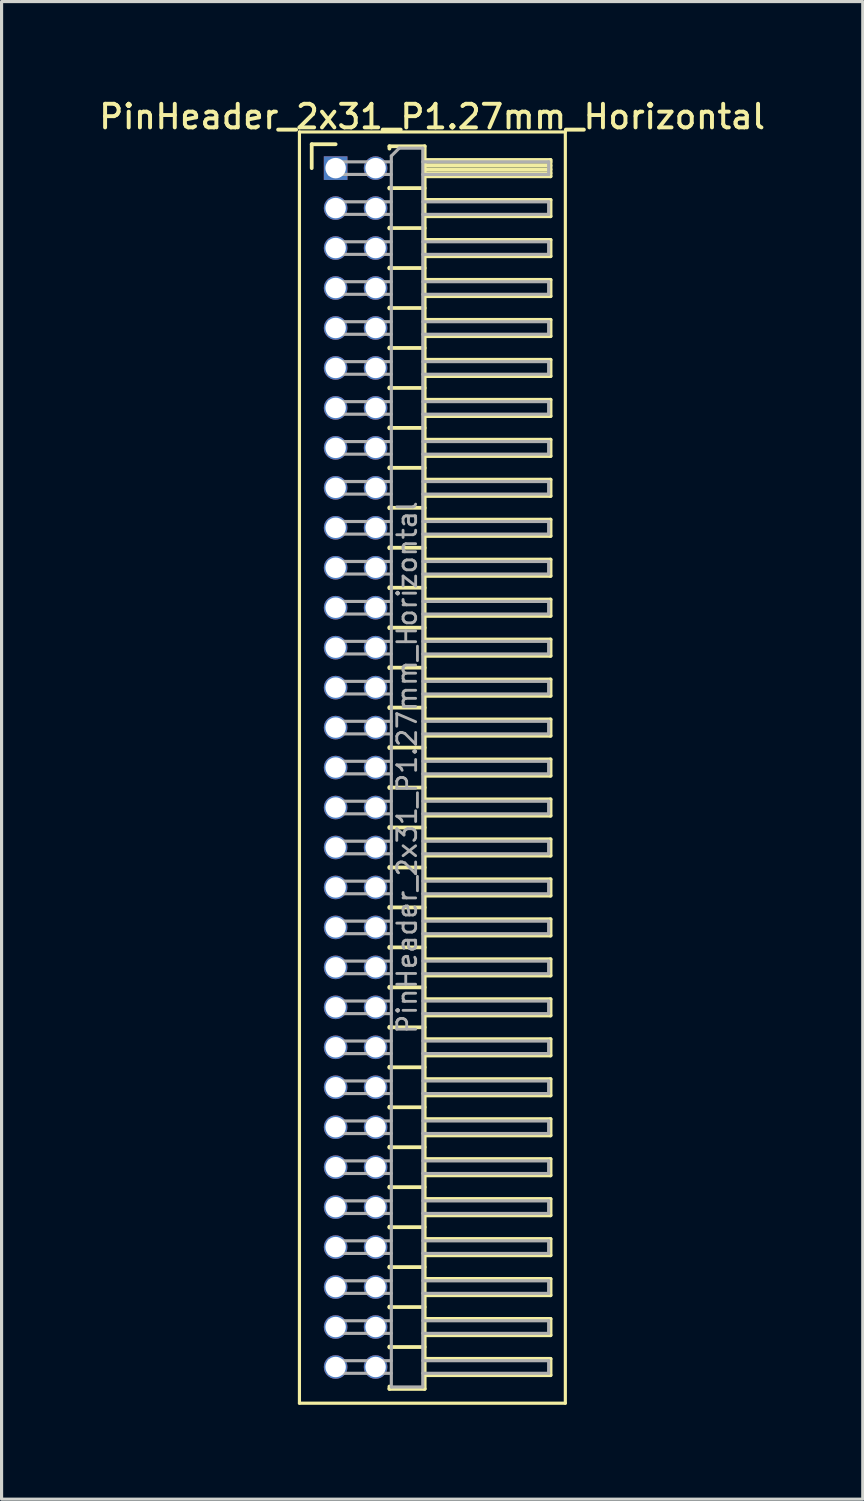
<source format=kicad_pcb>
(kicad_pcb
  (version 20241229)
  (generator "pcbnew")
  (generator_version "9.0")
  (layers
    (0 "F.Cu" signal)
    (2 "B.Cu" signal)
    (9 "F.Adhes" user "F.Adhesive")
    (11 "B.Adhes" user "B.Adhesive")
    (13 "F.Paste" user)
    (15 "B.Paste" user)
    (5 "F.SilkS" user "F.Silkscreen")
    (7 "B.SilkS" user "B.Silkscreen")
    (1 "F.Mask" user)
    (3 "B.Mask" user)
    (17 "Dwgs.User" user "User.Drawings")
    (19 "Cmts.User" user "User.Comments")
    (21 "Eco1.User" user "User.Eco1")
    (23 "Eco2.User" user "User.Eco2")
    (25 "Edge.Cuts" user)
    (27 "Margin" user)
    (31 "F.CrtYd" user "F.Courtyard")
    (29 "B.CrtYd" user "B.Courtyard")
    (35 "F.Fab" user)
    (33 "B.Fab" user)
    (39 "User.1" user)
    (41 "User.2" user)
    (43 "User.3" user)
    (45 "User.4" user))
  (footprint "PinHeader_2x31_P1.27mm_Horizontal"
    (layer "F.Cu")
    (at 7.616 2.293)
    (property "Reference" "PinHeader_2x31_P1.27mm_Horizontal" (at 3.067 -1.635 0) (layer "F.SilkS") (effects (font (size 0.75 0.75) (thickness 0.125))))
    (attr through_hole)
    (fp_line (start -1.15 -1.15) (end -1.15 39.25) (stroke (width 0.1) (type solid)) (layer "F.SilkS"))
    (fp_line (start -1.15 39.25) (end 7.3 39.25) (stroke (width 0.1) (type solid)) (layer "F.SilkS"))
    (fp_line (start -0.76 -0.76) (end 0 -0.76) (stroke (width 0.12) (type solid)) (layer "F.SilkS"))
    (fp_line (start -0.76 0) (end -0.76 -0.76) (stroke (width 0.12) (type solid)) (layer "F.SilkS"))
    (fp_line (start 1.71 -0.695) (end 2.83 -0.695) (stroke (width 0.12) (type solid)) (layer "F.SilkS"))
    (fp_line (start 1.71 -0.62) (end 1.71 -0.695) (stroke (width 0.12) (type solid)) (layer "F.SilkS"))
    (fp_line (start 1.71 0.62) (end 1.71 0.65) (stroke (width 0.12) (type solid)) (layer "F.SilkS"))
    (fp_line (start 1.71 0.635) (end 2.83 0.635) (stroke (width 0.12) (type solid)) (layer "F.SilkS"))
    (fp_line (start 1.71 1.89) (end 1.71 1.92) (stroke (width 0.12) (type solid)) (layer "F.SilkS"))
    (fp_line (start 1.71 1.905) (end 2.83 1.905) (stroke (width 0.12) (type solid)) (layer "F.SilkS"))
    (fp_line (start 1.71 3.16) (end 1.71 3.19) (stroke (width 0.12) (type solid)) (layer "F.SilkS"))
    (fp_line (start 1.71 3.175) (end 2.83 3.175) (stroke (width 0.12) (type solid)) (layer "F.SilkS"))
    (fp_line (start 1.71 4.43) (end 1.71 4.46) (stroke (width 0.12) (type solid)) (layer "F.SilkS"))
    (fp_line (start 1.71 4.445) (end 2.83 4.445) (stroke (width 0.12) (type solid)) (layer "F.SilkS"))
    (fp_line (start 1.71 5.7) (end 1.71 5.73) (stroke (width 0.12) (type solid)) (layer "F.SilkS"))
    (fp_line (start 1.71 5.715) (end 2.83 5.715) (stroke (width 0.12) (type solid)) (layer "F.SilkS"))
    (fp_line (start 1.71 6.97) (end 1.71 7) (stroke (width 0.12) (type solid)) (layer "F.SilkS"))
    (fp_line (start 1.71 6.985) (end 2.83 6.985) (stroke (width 0.12) (type solid)) (layer "F.SilkS"))
    (fp_line (start 1.71 8.24) (end 1.71 8.27) (stroke (width 0.12) (type solid)) (layer "F.SilkS"))
    (fp_line (start 1.71 8.255) (end 2.83 8.255) (stroke (width 0.12) (type solid)) (layer "F.SilkS"))
    (fp_line (start 1.71 9.51) (end 1.71 9.54) (stroke (width 0.12) (type solid)) (layer "F.SilkS"))
    (fp_line (start 1.71 9.525) (end 2.83 9.525) (stroke (width 0.12) (type solid)) (layer "F.SilkS"))
    (fp_line (start 1.71 10.78) (end 1.71 10.81) (stroke (width 0.12) (type solid)) (layer "F.SilkS"))
    (fp_line (start 1.71 10.795) (end 2.83 10.795) (stroke (width 0.12) (type solid)) (layer "F.SilkS"))
    (fp_line (start 1.71 12.05) (end 1.71 12.08) (stroke (width 0.12) (type solid)) (layer "F.SilkS"))
    (fp_line (start 1.71 12.065) (end 2.83 12.065) (stroke (width 0.12) (type solid)) (layer "F.SilkS"))
    (fp_line (start 1.71 13.32) (end 1.71 13.35) (stroke (width 0.12) (type solid)) (layer "F.SilkS"))
    (fp_line (start 1.71 13.335) (end 2.83 13.335) (stroke (width 0.12) (type solid)) (layer "F.SilkS"))
    (fp_line (start 1.71 14.59) (end 1.71 14.62) (stroke (width 0.12) (type solid)) (layer "F.SilkS"))
    (fp_line (start 1.71 14.605) (end 2.83 14.605) (stroke (width 0.12) (type solid)) (layer "F.SilkS"))
    (fp_line (start 1.71 15.86) (end 1.71 15.89) (stroke (width 0.12) (type solid)) (layer "F.SilkS"))
    (fp_line (start 1.71 15.875) (end 2.83 15.875) (stroke (width 0.12) (type solid)) (layer "F.SilkS"))
    (fp_line (start 1.71 17.13) (end 1.71 17.16) (stroke (width 0.12) (type solid)) (layer "F.SilkS"))
    (fp_line (start 1.71 17.145) (end 2.83 17.145) (stroke (width 0.12) (type solid)) (layer "F.SilkS"))
    (fp_line (start 1.71 18.4) (end 1.71 18.43) (stroke (width 0.12) (type solid)) (layer "F.SilkS"))
    (fp_line (start 1.71 18.415) (end 2.83 18.415) (stroke (width 0.12) (type solid)) (layer "F.SilkS"))
    (fp_line (start 1.71 19.67) (end 1.71 19.7) (stroke (width 0.12) (type solid)) (layer "F.SilkS"))
    (fp_line (start 1.71 19.685) (end 2.83 19.685) (stroke (width 0.12) (type solid)) (layer "F.SilkS"))
    (fp_line (start 1.71 20.94) (end 1.71 20.97) (stroke (width 0.12) (type solid)) (layer "F.SilkS"))
    (fp_line (start 1.71 20.955) (end 2.83 20.955) (stroke (width 0.12) (type solid)) (layer "F.SilkS"))
    (fp_line (start 1.71 22.21) (end 1.71 22.24) (stroke (width 0.12) (type solid)) (layer "F.SilkS"))
    (fp_line (start 1.71 22.225) (end 2.83 22.225) (stroke (width 0.12) (type solid)) (layer "F.SilkS"))
    (fp_line (start 1.71 23.48) (end 1.71 23.51) (stroke (width 0.12) (type solid)) (layer "F.SilkS"))
    (fp_line (start 1.71 23.495) (end 2.83 23.495) (stroke (width 0.12) (type solid)) (layer "F.SilkS"))
    (fp_line (start 1.71 24.75) (end 1.71 24.78) (stroke (width 0.12) (type solid)) (layer "F.SilkS"))
    (fp_line (start 1.71 24.765) (end 2.83 24.765) (stroke (width 0.12) (type solid)) (layer "F.SilkS"))
    (fp_line (start 1.71 26.02) (end 1.71 26.05) (stroke (width 0.12) (type solid)) (layer "F.SilkS"))
    (fp_line (start 1.71 26.035) (end 2.83 26.035) (stroke (width 0.12) (type solid)) (layer "F.SilkS"))
    (fp_line (start 1.71 27.29) (end 1.71 27.32) (stroke (width 0.12) (type solid)) (layer "F.SilkS"))
    (fp_line (start 1.71 27.305) (end 2.83 27.305) (stroke (width 0.12) (type solid)) (layer "F.SilkS"))
    (fp_line (start 1.71 28.56) (end 1.71 28.59) (stroke (width 0.12) (type solid)) (layer "F.SilkS"))
    (fp_line (start 1.71 28.575) (end 2.83 28.575) (stroke (width 0.12) (type solid)) (layer "F.SilkS"))
    (fp_line (start 1.71 29.83) (end 1.71 29.86) (stroke (width 0.12) (type solid)) (layer "F.SilkS"))
    (fp_line (start 1.71 29.845) (end 2.83 29.845) (stroke (width 0.12) (type solid)) (layer "F.SilkS"))
    (fp_line (start 1.71 31.1) (end 1.71 31.13) (stroke (width 0.12) (type solid)) (layer "F.SilkS"))
    (fp_line (start 1.71 31.115) (end 2.83 31.115) (stroke (width 0.12) (type solid)) (layer "F.SilkS"))
    (fp_line (start 1.71 32.37) (end 1.71 32.4) (stroke (width 0.12) (type solid)) (layer "F.SilkS"))
    (fp_line (start 1.71 32.385) (end 2.83 32.385) (stroke (width 0.12) (type solid)) (layer "F.SilkS"))
    (fp_line (start 1.71 33.64) (end 1.71 33.67) (stroke (width 0.12) (type solid)) (layer "F.SilkS"))
    (fp_line (start 1.71 33.655) (end 2.83 33.655) (stroke (width 0.12) (type solid)) (layer "F.SilkS"))
    (fp_line (start 1.71 34.91) (end 1.71 34.94) (stroke (width 0.12) (type solid)) (layer "F.SilkS"))
    (fp_line (start 1.71 34.925) (end 2.83 34.925) (stroke (width 0.12) (type solid)) (layer "F.SilkS"))
    (fp_line (start 1.71 36.18) (end 1.71 36.21) (stroke (width 0.12) (type solid)) (layer "F.SilkS"))
    (fp_line (start 1.71 36.195) (end 2.83 36.195) (stroke (width 0.12) (type solid)) (layer "F.SilkS"))
    (fp_line (start 1.71 37.45) (end 1.71 37.48) (stroke (width 0.12) (type solid)) (layer "F.SilkS"))
    (fp_line (start 1.71 37.465) (end 2.83 37.465) (stroke (width 0.12) (type solid)) (layer "F.SilkS"))
    (fp_line (start 1.71 38.795) (end 1.71 38.72) (stroke (width 0.12) (type solid)) (layer "F.SilkS"))
    (fp_line (start 2.83 -0.695) (end 2.83 38.795) (stroke (width 0.12) (type solid)) (layer "F.SilkS"))
    (fp_line (start 2.83 -0.26) (end 6.83 -0.26) (stroke (width 0.12) (type solid)) (layer "F.SilkS"))
    (fp_line (start 2.83 -0.2) (end 6.83 -0.2) (stroke (width 0.12) (type solid)) (layer "F.SilkS"))
    (fp_line (start 2.83 -0.08) (end 6.83 -0.08) (stroke (width 0.12) (type solid)) (layer "F.SilkS"))
    (fp_line (start 2.83 0.04) (end 6.83 0.04) (stroke (width 0.12) (type solid)) (layer "F.SilkS"))
    (fp_line (start 2.83 0.16) (end 6.83 0.16) (stroke (width 0.12) (type solid)) (layer "F.SilkS"))
    (fp_line (start 2.83 1.01) (end 6.83 1.01) (stroke (width 0.12) (type solid)) (layer "F.SilkS"))
    (fp_line (start 2.83 2.28) (end 6.83 2.28) (stroke (width 0.12) (type solid)) (layer "F.SilkS"))
    (fp_line (start 2.83 3.55) (end 6.83 3.55) (stroke (width 0.12) (type solid)) (layer "F.SilkS"))
    (fp_line (start 2.83 4.82) (end 6.83 4.82) (stroke (width 0.12) (type solid)) (layer "F.SilkS"))
    (fp_line (start 2.83 6.09) (end 6.83 6.09) (stroke (width 0.12) (type solid)) (layer "F.SilkS"))
    (fp_line (start 2.83 7.36) (end 6.83 7.36) (stroke (width 0.12) (type solid)) (layer "F.SilkS"))
    (fp_line (start 2.83 8.63) (end 6.83 8.63) (stroke (width 0.12) (type solid)) (layer "F.SilkS"))
    (fp_line (start 2.83 9.9) (end 6.83 9.9) (stroke (width 0.12) (type solid)) (layer "F.SilkS"))
    (fp_line (start 2.83 11.17) (end 6.83 11.17) (stroke (width 0.12) (type solid)) (layer "F.SilkS"))
    (fp_line (start 2.83 12.44) (end 6.83 12.44) (stroke (width 0.12) (type solid)) (layer "F.SilkS"))
    (fp_line (start 2.83 13.71) (end 6.83 13.71) (stroke (width 0.12) (type solid)) (layer "F.SilkS"))
    (fp_line (start 2.83 14.98) (end 6.83 14.98) (stroke (width 0.12) (type solid)) (layer "F.SilkS"))
    (fp_line (start 2.83 16.25) (end 6.83 16.25) (stroke (width 0.12) (type solid)) (layer "F.SilkS"))
    (fp_line (start 2.83 17.52) (end 6.83 17.52) (stroke (width 0.12) (type solid)) (layer "F.SilkS"))
    (fp_line (start 2.83 18.79) (end 6.83 18.79) (stroke (width 0.12) (type solid)) (layer "F.SilkS"))
    (fp_line (start 2.83 20.06) (end 6.83 20.06) (stroke (width 0.12) (type solid)) (layer "F.SilkS"))
    (fp_line (start 2.83 21.33) (end 6.83 21.33) (stroke (width 0.12) (type solid)) (layer "F.SilkS"))
    (fp_line (start 2.83 22.6) (end 6.83 22.6) (stroke (width 0.12) (type solid)) (layer "F.SilkS"))
    (fp_line (start 2.83 23.87) (end 6.83 23.87) (stroke (width 0.12) (type solid)) (layer "F.SilkS"))
    (fp_line (start 2.83 25.14) (end 6.83 25.14) (stroke (width 0.12) (type solid)) (layer "F.SilkS"))
    (fp_line (start 2.83 26.41) (end 6.83 26.41) (stroke (width 0.12) (type solid)) (layer "F.SilkS"))
    (fp_line (start 2.83 27.68) (end 6.83 27.68) (stroke (width 0.12) (type solid)) (layer "F.SilkS"))
    (fp_line (start 2.83 28.95) (end 6.83 28.95) (stroke (width 0.12) (type solid)) (layer "F.SilkS"))
    (fp_line (start 2.83 30.22) (end 6.83 30.22) (stroke (width 0.12) (type solid)) (layer "F.SilkS"))
    (fp_line (start 2.83 31.49) (end 6.83 31.49) (stroke (width 0.12) (type solid)) (layer "F.SilkS"))
    (fp_line (start 2.83 32.76) (end 6.83 32.76) (stroke (width 0.12) (type solid)) (layer "F.SilkS"))
    (fp_line (start 2.83 34.03) (end 6.83 34.03) (stroke (width 0.12) (type solid)) (layer "F.SilkS"))
    (fp_line (start 2.83 35.3) (end 6.83 35.3) (stroke (width 0.12) (type solid)) (layer "F.SilkS"))
    (fp_line (start 2.83 36.57) (end 6.83 36.57) (stroke (width 0.12) (type solid)) (layer "F.SilkS"))
    (fp_line (start 2.83 37.84) (end 6.83 37.84) (stroke (width 0.12) (type solid)) (layer "F.SilkS"))
    (fp_line (start 2.83 38.795) (end 1.71 38.795) (stroke (width 0.12) (type solid)) (layer "F.SilkS"))
    (fp_line (start 6.83 -0.26) (end 6.83 0.26) (stroke (width 0.12) (type solid)) (layer "F.SilkS"))
    (fp_line (start 6.83 0.26) (end 2.83 0.26) (stroke (width 0.12) (type solid)) (layer "F.SilkS"))
    (fp_line (start 6.83 1.01) (end 6.83 1.53) (stroke (width 0.12) (type solid)) (layer "F.SilkS"))
    (fp_line (start 6.83 1.53) (end 2.83 1.53) (stroke (width 0.12) (type solid)) (layer "F.SilkS"))
    (fp_line (start 6.83 2.28) (end 6.83 2.8) (stroke (width 0.12) (type solid)) (layer "F.SilkS"))
    (fp_line (start 6.83 2.8) (end 2.83 2.8) (stroke (width 0.12) (type solid)) (layer "F.SilkS"))
    (fp_line (start 6.83 3.55) (end 6.83 4.07) (stroke (width 0.12) (type solid)) (layer "F.SilkS"))
    (fp_line (start 6.83 4.07) (end 2.83 4.07) (stroke (width 0.12) (type solid)) (layer "F.SilkS"))
    (fp_line (start 6.83 4.82) (end 6.83 5.34) (stroke (width 0.12) (type solid)) (layer "F.SilkS"))
    (fp_line (start 6.83 5.34) (end 2.83 5.34) (stroke (width 0.12) (type solid)) (layer "F.SilkS"))
    (fp_line (start 6.83 6.09) (end 6.83 6.61) (stroke (width 0.12) (type solid)) (layer "F.SilkS"))
    (fp_line (start 6.83 6.61) (end 2.83 6.61) (stroke (width 0.12) (type solid)) (layer "F.SilkS"))
    (fp_line (start 6.83 7.36) (end 6.83 7.88) (stroke (width 0.12) (type solid)) (layer "F.SilkS"))
    (fp_line (start 6.83 7.88) (end 2.83 7.88) (stroke (width 0.12) (type solid)) (layer "F.SilkS"))
    (fp_line (start 6.83 8.63) (end 6.83 9.15) (stroke (width 0.12) (type solid)) (layer "F.SilkS"))
    (fp_line (start 6.83 9.15) (end 2.83 9.15) (stroke (width 0.12) (type solid)) (layer "F.SilkS"))
    (fp_line (start 6.83 9.9) (end 6.83 10.42) (stroke (width 0.12) (type solid)) (layer "F.SilkS"))
    (fp_line (start 6.83 10.42) (end 2.83 10.42) (stroke (width 0.12) (type solid)) (layer "F.SilkS"))
    (fp_line (start 6.83 11.17) (end 6.83 11.69) (stroke (width 0.12) (type solid)) (layer "F.SilkS"))
    (fp_line (start 6.83 11.69) (end 2.83 11.69) (stroke (width 0.12) (type solid)) (layer "F.SilkS"))
    (fp_line (start 6.83 12.44) (end 6.83 12.96) (stroke (width 0.12) (type solid)) (layer "F.SilkS"))
    (fp_line (start 6.83 12.96) (end 2.83 12.96) (stroke (width 0.12) (type solid)) (layer "F.SilkS"))
    (fp_line (start 6.83 13.71) (end 6.83 14.23) (stroke (width 0.12) (type solid)) (layer "F.SilkS"))
    (fp_line (start 6.83 14.23) (end 2.83 14.23) (stroke (width 0.12) (type solid)) (layer "F.SilkS"))
    (fp_line (start 6.83 14.98) (end 6.83 15.5) (stroke (width 0.12) (type solid)) (layer "F.SilkS"))
    (fp_line (start 6.83 15.5) (end 2.83 15.5) (stroke (width 0.12) (type solid)) (layer "F.SilkS"))
    (fp_line (start 6.83 16.25) (end 6.83 16.77) (stroke (width 0.12) (type solid)) (layer "F.SilkS"))
    (fp_line (start 6.83 16.77) (end 2.83 16.77) (stroke (width 0.12) (type solid)) (layer "F.SilkS"))
    (fp_line (start 6.83 17.52) (end 6.83 18.04) (stroke (width 0.12) (type solid)) (layer "F.SilkS"))
    (fp_line (start 6.83 18.04) (end 2.83 18.04) (stroke (width 0.12) (type solid)) (layer "F.SilkS"))
    (fp_line (start 6.83 18.79) (end 6.83 19.31) (stroke (width 0.12) (type solid)) (layer "F.SilkS"))
    (fp_line (start 6.83 19.31) (end 2.83 19.31) (stroke (width 0.12) (type solid)) (layer "F.SilkS"))
    (fp_line (start 6.83 20.06) (end 6.83 20.58) (stroke (width 0.12) (type solid)) (layer "F.SilkS"))
    (fp_line (start 6.83 20.58) (end 2.83 20.58) (stroke (width 0.12) (type solid)) (layer "F.SilkS"))
    (fp_line (start 6.83 21.33) (end 6.83 21.85) (stroke (width 0.12) (type solid)) (layer "F.SilkS"))
    (fp_line (start 6.83 21.85) (end 2.83 21.85) (stroke (width 0.12) (type solid)) (layer "F.SilkS"))
    (fp_line (start 6.83 22.6) (end 6.83 23.12) (stroke (width 0.12) (type solid)) (layer "F.SilkS"))
    (fp_line (start 6.83 23.12) (end 2.83 23.12) (stroke (width 0.12) (type solid)) (layer "F.SilkS"))
    (fp_line (start 6.83 23.87) (end 6.83 24.39) (stroke (width 0.12) (type solid)) (layer "F.SilkS"))
    (fp_line (start 6.83 24.39) (end 2.83 24.39) (stroke (width 0.12) (type solid)) (layer "F.SilkS"))
    (fp_line (start 6.83 25.14) (end 6.83 25.66) (stroke (width 0.12) (type solid)) (layer "F.SilkS"))
    (fp_line (start 6.83 25.66) (end 2.83 25.66) (stroke (width 0.12) (type solid)) (layer "F.SilkS"))
    (fp_line (start 6.83 26.41) (end 6.83 26.93) (stroke (width 0.12) (type solid)) (layer "F.SilkS"))
    (fp_line (start 6.83 26.93) (end 2.83 26.93) (stroke (width 0.12) (type solid)) (layer "F.SilkS"))
    (fp_line (start 6.83 27.68) (end 6.83 28.2) (stroke (width 0.12) (type solid)) (layer "F.SilkS"))
    (fp_line (start 6.83 28.2) (end 2.83 28.2) (stroke (width 0.12) (type solid)) (layer "F.SilkS"))
    (fp_line (start 6.83 28.95) (end 6.83 29.47) (stroke (width 0.12) (type solid)) (layer "F.SilkS"))
    (fp_line (start 6.83 29.47) (end 2.83 29.47) (stroke (width 0.12) (type solid)) (layer "F.SilkS"))
    (fp_line (start 6.83 30.22) (end 6.83 30.74) (stroke (width 0.12) (type solid)) (layer "F.SilkS"))
    (fp_line (start 6.83 30.74) (end 2.83 30.74) (stroke (width 0.12) (type solid)) (layer "F.SilkS"))
    (fp_line (start 6.83 31.49) (end 6.83 32.01) (stroke (width 0.12) (type solid)) (layer "F.SilkS"))
    (fp_line (start 6.83 32.01) (end 2.83 32.01) (stroke (width 0.12) (type solid)) (layer "F.SilkS"))
    (fp_line (start 6.83 32.76) (end 6.83 33.28) (stroke (width 0.12) (type solid)) (layer "F.SilkS"))
    (fp_line (start 6.83 33.28) (end 2.83 33.28) (stroke (width 0.12) (type solid)) (layer "F.SilkS"))
    (fp_line (start 6.83 34.03) (end 6.83 34.55) (stroke (width 0.12) (type solid)) (layer "F.SilkS"))
    (fp_line (start 6.83 34.55) (end 2.83 34.55) (stroke (width 0.12) (type solid)) (layer "F.SilkS"))
    (fp_line (start 6.83 35.3) (end 6.83 35.82) (stroke (width 0.12) (type solid)) (layer "F.SilkS"))
    (fp_line (start 6.83 35.82) (end 2.83 35.82) (stroke (width 0.12) (type solid)) (layer "F.SilkS"))
    (fp_line (start 6.83 36.57) (end 6.83 37.09) (stroke (width 0.12) (type solid)) (layer "F.SilkS"))
    (fp_line (start 6.83 37.09) (end 2.83 37.09) (stroke (width 0.12) (type solid)) (layer "F.SilkS"))
    (fp_line (start 6.83 37.84) (end 6.83 38.36) (stroke (width 0.12) (type solid)) (layer "F.SilkS"))
    (fp_line (start 6.83 38.36) (end 2.83 38.36) (stroke (width 0.12) (type solid)) (layer "F.SilkS"))
    (fp_line (start 7.3 -1.15) (end -1.15 -1.15) (stroke (width 0.1) (type solid)) (layer "F.SilkS"))
    (fp_line (start 7.3 39.25) (end 7.3 -1.15) (stroke (width 0.1) (type solid)) (layer "F.SilkS"))
    (fp_line (start -0.2 -0.2) (end -0.2 0.2) (stroke (width 0.1) (type solid)) (layer "F.Fab"))
    (fp_line (start -0.2 -0.2) (end 1.77 -0.2) (stroke (width 0.1) (type solid)) (layer "F.Fab"))
    (fp_line (start -0.2 0.2) (end 1.77 0.2) (stroke (width 0.1) (type solid)) (layer "F.Fab"))
    (fp_line (start -0.2 1.07) (end -0.2 1.47) (stroke (width 0.1) (type solid)) (layer "F.Fab"))
    (fp_line (start -0.2 1.07) (end 1.77 1.07) (stroke (width 0.1) (type solid)) (layer "F.Fab"))
    (fp_line (start -0.2 1.47) (end 1.77 1.47) (stroke (width 0.1) (type solid)) (layer "F.Fab"))
    (fp_line (start -0.2 2.34) (end -0.2 2.74) (stroke (width 0.1) (type solid)) (layer "F.Fab"))
    (fp_line (start -0.2 2.34) (end 1.77 2.34) (stroke (width 0.1) (type solid)) (layer "F.Fab"))
    (fp_line (start -0.2 2.74) (end 1.77 2.74) (stroke (width 0.1) (type solid)) (layer "F.Fab"))
    (fp_line (start -0.2 3.61) (end -0.2 4.01) (stroke (width 0.1) (type solid)) (layer "F.Fab"))
    (fp_line (start -0.2 3.61) (end 1.77 3.61) (stroke (width 0.1) (type solid)) (layer "F.Fab"))
    (fp_line (start -0.2 4.01) (end 1.77 4.01) (stroke (width 0.1) (type solid)) (layer "F.Fab"))
    (fp_line (start -0.2 4.88) (end -0.2 5.28) (stroke (width 0.1) (type solid)) (layer "F.Fab"))
    (fp_line (start -0.2 4.88) (end 1.77 4.88) (stroke (width 0.1) (type solid)) (layer "F.Fab"))
    (fp_line (start -0.2 5.28) (end 1.77 5.28) (stroke (width 0.1) (type solid)) (layer "F.Fab"))
    (fp_line (start -0.2 6.15) (end -0.2 6.55) (stroke (width 0.1) (type solid)) (layer "F.Fab"))
    (fp_line (start -0.2 6.15) (end 1.77 6.15) (stroke (width 0.1) (type solid)) (layer "F.Fab"))
    (fp_line (start -0.2 6.55) (end 1.77 6.55) (stroke (width 0.1) (type solid)) (layer "F.Fab"))
    (fp_line (start -0.2 7.42) (end -0.2 7.82) (stroke (width 0.1) (type solid)) (layer "F.Fab"))
    (fp_line (start -0.2 7.42) (end 1.77 7.42) (stroke (width 0.1) (type solid)) (layer "F.Fab"))
    (fp_line (start -0.2 7.82) (end 1.77 7.82) (stroke (width 0.1) (type solid)) (layer "F.Fab"))
    (fp_line (start -0.2 8.69) (end -0.2 9.09) (stroke (width 0.1) (type solid)) (layer "F.Fab"))
    (fp_line (start -0.2 8.69) (end 1.77 8.69) (stroke (width 0.1) (type solid)) (layer "F.Fab"))
    (fp_line (start -0.2 9.09) (end 1.77 9.09) (stroke (width 0.1) (type solid)) (layer "F.Fab"))
    (fp_line (start -0.2 9.96) (end -0.2 10.36) (stroke (width 0.1) (type solid)) (layer "F.Fab"))
    (fp_line (start -0.2 9.96) (end 1.77 9.96) (stroke (width 0.1) (type solid)) (layer "F.Fab"))
    (fp_line (start -0.2 10.36) (end 1.77 10.36) (stroke (width 0.1) (type solid)) (layer "F.Fab"))
    (fp_line (start -0.2 11.23) (end -0.2 11.63) (stroke (width 0.1) (type solid)) (layer "F.Fab"))
    (fp_line (start -0.2 11.23) (end 1.77 11.23) (stroke (width 0.1) (type solid)) (layer "F.Fab"))
    (fp_line (start -0.2 11.63) (end 1.77 11.63) (stroke (width 0.1) (type solid)) (layer "F.Fab"))
    (fp_line (start -0.2 12.5) (end -0.2 12.9) (stroke (width 0.1) (type solid)) (layer "F.Fab"))
    (fp_line (start -0.2 12.5) (end 1.77 12.5) (stroke (width 0.1) (type solid)) (layer "F.Fab"))
    (fp_line (start -0.2 12.9) (end 1.77 12.9) (stroke (width 0.1) (type solid)) (layer "F.Fab"))
    (fp_line (start -0.2 13.77) (end -0.2 14.17) (stroke (width 0.1) (type solid)) (layer "F.Fab"))
    (fp_line (start -0.2 13.77) (end 1.77 13.77) (stroke (width 0.1) (type solid)) (layer "F.Fab"))
    (fp_line (start -0.2 14.17) (end 1.77 14.17) (stroke (width 0.1) (type solid)) (layer "F.Fab"))
    (fp_line (start -0.2 15.04) (end -0.2 15.44) (stroke (width 0.1) (type solid)) (layer "F.Fab"))
    (fp_line (start -0.2 15.04) (end 1.77 15.04) (stroke (width 0.1) (type solid)) (layer "F.Fab"))
    (fp_line (start -0.2 15.44) (end 1.77 15.44) (stroke (width 0.1) (type solid)) (layer "F.Fab"))
    (fp_line (start -0.2 16.31) (end -0.2 16.71) (stroke (width 0.1) (type solid)) (layer "F.Fab"))
    (fp_line (start -0.2 16.31) (end 1.77 16.31) (stroke (width 0.1) (type solid)) (layer "F.Fab"))
    (fp_line (start -0.2 16.71) (end 1.77 16.71) (stroke (width 0.1) (type solid)) (layer "F.Fab"))
    (fp_line (start -0.2 17.58) (end -0.2 17.98) (stroke (width 0.1) (type solid)) (layer "F.Fab"))
    (fp_line (start -0.2 17.58) (end 1.77 17.58) (stroke (width 0.1) (type solid)) (layer "F.Fab"))
    (fp_line (start -0.2 17.98) (end 1.77 17.98) (stroke (width 0.1) (type solid)) (layer "F.Fab"))
    (fp_line (start -0.2 18.85) (end -0.2 19.25) (stroke (width 0.1) (type solid)) (layer "F.Fab"))
    (fp_line (start -0.2 18.85) (end 1.77 18.85) (stroke (width 0.1) (type solid)) (layer "F.Fab"))
    (fp_line (start -0.2 19.25) (end 1.77 19.25) (stroke (width 0.1) (type solid)) (layer "F.Fab"))
    (fp_line (start -0.2 20.12) (end -0.2 20.52) (stroke (width 0.1) (type solid)) (layer "F.Fab"))
    (fp_line (start -0.2 20.12) (end 1.77 20.12) (stroke (width 0.1) (type solid)) (layer "F.Fab"))
    (fp_line (start -0.2 20.52) (end 1.77 20.52) (stroke (width 0.1) (type solid)) (layer "F.Fab"))
    (fp_line (start -0.2 21.39) (end -0.2 21.79) (stroke (width 0.1) (type solid)) (layer "F.Fab"))
    (fp_line (start -0.2 21.39) (end 1.77 21.39) (stroke (width 0.1) (type solid)) (layer "F.Fab"))
    (fp_line (start -0.2 21.79) (end 1.77 21.79) (stroke (width 0.1) (type solid)) (layer "F.Fab"))
    (fp_line (start -0.2 22.66) (end -0.2 23.06) (stroke (width 0.1) (type solid)) (layer "F.Fab"))
    (fp_line (start -0.2 22.66) (end 1.77 22.66) (stroke (width 0.1) (type solid)) (layer "F.Fab"))
    (fp_line (start -0.2 23.06) (end 1.77 23.06) (stroke (width 0.1) (type solid)) (layer "F.Fab"))
    (fp_line (start -0.2 23.93) (end -0.2 24.33) (stroke (width 0.1) (type solid)) (layer "F.Fab"))
    (fp_line (start -0.2 23.93) (end 1.77 23.93) (stroke (width 0.1) (type solid)) (layer "F.Fab"))
    (fp_line (start -0.2 24.33) (end 1.77 24.33) (stroke (width 0.1) (type solid)) (layer "F.Fab"))
    (fp_line (start -0.2 25.2) (end -0.2 25.6) (stroke (width 0.1) (type solid)) (layer "F.Fab"))
    (fp_line (start -0.2 25.2) (end 1.77 25.2) (stroke (width 0.1) (type solid)) (layer "F.Fab"))
    (fp_line (start -0.2 25.6) (end 1.77 25.6) (stroke (width 0.1) (type solid)) (layer "F.Fab"))
    (fp_line (start -0.2 26.47) (end -0.2 26.87) (stroke (width 0.1) (type solid)) (layer "F.Fab"))
    (fp_line (start -0.2 26.47) (end 1.77 26.47) (stroke (width 0.1) (type solid)) (layer "F.Fab"))
    (fp_line (start -0.2 26.87) (end 1.77 26.87) (stroke (width 0.1) (type solid)) (layer "F.Fab"))
    (fp_line (start -0.2 27.74) (end -0.2 28.14) (stroke (width 0.1) (type solid)) (layer "F.Fab"))
    (fp_line (start -0.2 27.74) (end 1.77 27.74) (stroke (width 0.1) (type solid)) (layer "F.Fab"))
    (fp_line (start -0.2 28.14) (end 1.77 28.14) (stroke (width 0.1) (type solid)) (layer "F.Fab"))
    (fp_line (start -0.2 29.01) (end -0.2 29.41) (stroke (width 0.1) (type solid)) (layer "F.Fab"))
    (fp_line (start -0.2 29.01) (end 1.77 29.01) (stroke (width 0.1) (type solid)) (layer "F.Fab"))
    (fp_line (start -0.2 29.41) (end 1.77 29.41) (stroke (width 0.1) (type solid)) (layer "F.Fab"))
    (fp_line (start -0.2 30.28) (end -0.2 30.68) (stroke (width 0.1) (type solid)) (layer "F.Fab"))
    (fp_line (start -0.2 30.28) (end 1.77 30.28) (stroke (width 0.1) (type solid)) (layer "F.Fab"))
    (fp_line (start -0.2 30.68) (end 1.77 30.68) (stroke (width 0.1) (type solid)) (layer "F.Fab"))
    (fp_line (start -0.2 31.55) (end -0.2 31.95) (stroke (width 0.1) (type solid)) (layer "F.Fab"))
    (fp_line (start -0.2 31.55) (end 1.77 31.55) (stroke (width 0.1) (type solid)) (layer "F.Fab"))
    (fp_line (start -0.2 31.95) (end 1.77 31.95) (stroke (width 0.1) (type solid)) (layer "F.Fab"))
    (fp_line (start -0.2 32.82) (end -0.2 33.22) (stroke (width 0.1) (type solid)) (layer "F.Fab"))
    (fp_line (start -0.2 32.82) (end 1.77 32.82) (stroke (width 0.1) (type solid)) (layer "F.Fab"))
    (fp_line (start -0.2 33.22) (end 1.77 33.22) (stroke (width 0.1) (type solid)) (layer "F.Fab"))
    (fp_line (start -0.2 34.09) (end -0.2 34.49) (stroke (width 0.1) (type solid)) (layer "F.Fab"))
    (fp_line (start -0.2 34.09) (end 1.77 34.09) (stroke (width 0.1) (type solid)) (layer "F.Fab"))
    (fp_line (start -0.2 34.49) (end 1.77 34.49) (stroke (width 0.1) (type solid)) (layer "F.Fab"))
    (fp_line (start -0.2 35.36) (end -0.2 35.76) (stroke (width 0.1) (type solid)) (layer "F.Fab"))
    (fp_line (start -0.2 35.36) (end 1.77 35.36) (stroke (width 0.1) (type solid)) (layer "F.Fab"))
    (fp_line (start -0.2 35.76) (end 1.77 35.76) (stroke (width 0.1) (type solid)) (layer "F.Fab"))
    (fp_line (start -0.2 36.63) (end -0.2 37.03) (stroke (width 0.1) (type solid)) (layer "F.Fab"))
    (fp_line (start -0.2 36.63) (end 1.77 36.63) (stroke (width 0.1) (type solid)) (layer "F.Fab"))
    (fp_line (start -0.2 37.03) (end 1.77 37.03) (stroke (width 0.1) (type solid)) (layer "F.Fab"))
    (fp_line (start -0.2 37.9) (end -0.2 38.3) (stroke (width 0.1) (type solid)) (layer "F.Fab"))
    (fp_line (start -0.2 37.9) (end 1.77 37.9) (stroke (width 0.1) (type solid)) (layer "F.Fab"))
    (fp_line (start -0.2 38.3) (end 1.77 38.3) (stroke (width 0.1) (type solid)) (layer "F.Fab"))
    (fp_line (start 1.77 -0.385) (end 2.02 -0.635) (stroke (width 0.1) (type solid)) (layer "F.Fab"))
    (fp_line (start 1.77 38.735) (end 1.77 -0.385) (stroke (width 0.1) (type solid)) (layer "F.Fab"))
    (fp_line (start 2.02 -0.635) (end 2.77 -0.635) (stroke (width 0.1) (type solid)) (layer "F.Fab"))
    (fp_line (start 2.77 -0.635) (end 2.77 38.735) (stroke (width 0.1) (type solid)) (layer "F.Fab"))
    (fp_line (start 2.77 -0.2) (end 6.77 -0.2) (stroke (width 0.1) (type solid)) (layer "F.Fab"))
    (fp_line (start 2.77 0.2) (end 6.77 0.2) (stroke (width 0.1) (type solid)) (layer "F.Fab"))
    (fp_line (start 2.77 1.07) (end 6.77 1.07) (stroke (width 0.1) (type solid)) (layer "F.Fab"))
    (fp_line (start 2.77 1.47) (end 6.77 1.47) (stroke (width 0.1) (type solid)) (layer "F.Fab"))
    (fp_line (start 2.77 2.34) (end 6.77 2.34) (stroke (width 0.1) (type solid)) (layer "F.Fab"))
    (fp_line (start 2.77 2.74) (end 6.77 2.74) (stroke (width 0.1) (type solid)) (layer "F.Fab"))
    (fp_line (start 2.77 3.61) (end 6.77 3.61) (stroke (width 0.1) (type solid)) (layer "F.Fab"))
    (fp_line (start 2.77 4.01) (end 6.77 4.01) (stroke (width 0.1) (type solid)) (layer "F.Fab"))
    (fp_line (start 2.77 4.88) (end 6.77 4.88) (stroke (width 0.1) (type solid)) (layer "F.Fab"))
    (fp_line (start 2.77 5.28) (end 6.77 5.28) (stroke (width 0.1) (type solid)) (layer "F.Fab"))
    (fp_line (start 2.77 6.15) (end 6.77 6.15) (stroke (width 0.1) (type solid)) (layer "F.Fab"))
    (fp_line (start 2.77 6.55) (end 6.77 6.55) (stroke (width 0.1) (type solid)) (layer "F.Fab"))
    (fp_line (start 2.77 7.42) (end 6.77 7.42) (stroke (width 0.1) (type solid)) (layer "F.Fab"))
    (fp_line (start 2.77 7.82) (end 6.77 7.82) (stroke (width 0.1) (type solid)) (layer "F.Fab"))
    (fp_line (start 2.77 8.69) (end 6.77 8.69) (stroke (width 0.1) (type solid)) (layer "F.Fab"))
    (fp_line (start 2.77 9.09) (end 6.77 9.09) (stroke (width 0.1) (type solid)) (layer "F.Fab"))
    (fp_line (start 2.77 9.96) (end 6.77 9.96) (stroke (width 0.1) (type solid)) (layer "F.Fab"))
    (fp_line (start 2.77 10.36) (end 6.77 10.36) (stroke (width 0.1) (type solid)) (layer "F.Fab"))
    (fp_line (start 2.77 11.23) (end 6.77 11.23) (stroke (width 0.1) (type solid)) (layer "F.Fab"))
    (fp_line (start 2.77 11.63) (end 6.77 11.63) (stroke (width 0.1) (type solid)) (layer "F.Fab"))
    (fp_line (start 2.77 12.5) (end 6.77 12.5) (stroke (width 0.1) (type solid)) (layer "F.Fab"))
    (fp_line (start 2.77 12.9) (end 6.77 12.9) (stroke (width 0.1) (type solid)) (layer "F.Fab"))
    (fp_line (start 2.77 13.77) (end 6.77 13.77) (stroke (width 0.1) (type solid)) (layer "F.Fab"))
    (fp_line (start 2.77 14.17) (end 6.77 14.17) (stroke (width 0.1) (type solid)) (layer "F.Fab"))
    (fp_line (start 2.77 15.04) (end 6.77 15.04) (stroke (width 0.1) (type solid)) (layer "F.Fab"))
    (fp_line (start 2.77 15.44) (end 6.77 15.44) (stroke (width 0.1) (type solid)) (layer "F.Fab"))
    (fp_line (start 2.77 16.31) (end 6.77 16.31) (stroke (width 0.1) (type solid)) (layer "F.Fab"))
    (fp_line (start 2.77 16.71) (end 6.77 16.71) (stroke (width 0.1) (type solid)) (layer "F.Fab"))
    (fp_line (start 2.77 17.58) (end 6.77 17.58) (stroke (width 0.1) (type solid)) (layer "F.Fab"))
    (fp_line (start 2.77 17.98) (end 6.77 17.98) (stroke (width 0.1) (type solid)) (layer "F.Fab"))
    (fp_line (start 2.77 18.85) (end 6.77 18.85) (stroke (width 0.1) (type solid)) (layer "F.Fab"))
    (fp_line (start 2.77 19.25) (end 6.77 19.25) (stroke (width 0.1) (type solid)) (layer "F.Fab"))
    (fp_line (start 2.77 20.12) (end 6.77 20.12) (stroke (width 0.1) (type solid)) (layer "F.Fab"))
    (fp_line (start 2.77 20.52) (end 6.77 20.52) (stroke (width 0.1) (type solid)) (layer "F.Fab"))
    (fp_line (start 2.77 21.39) (end 6.77 21.39) (stroke (width 0.1) (type solid)) (layer "F.Fab"))
    (fp_line (start 2.77 21.79) (end 6.77 21.79) (stroke (width 0.1) (type solid)) (layer "F.Fab"))
    (fp_line (start 2.77 22.66) (end 6.77 22.66) (stroke (width 0.1) (type solid)) (layer "F.Fab"))
    (fp_line (start 2.77 23.06) (end 6.77 23.06) (stroke (width 0.1) (type solid)) (layer "F.Fab"))
    (fp_line (start 2.77 23.93) (end 6.77 23.93) (stroke (width 0.1) (type solid)) (layer "F.Fab"))
    (fp_line (start 2.77 24.33) (end 6.77 24.33) (stroke (width 0.1) (type solid)) (layer "F.Fab"))
    (fp_line (start 2.77 25.2) (end 6.77 25.2) (stroke (width 0.1) (type solid)) (layer "F.Fab"))
    (fp_line (start 2.77 25.6) (end 6.77 25.6) (stroke (width 0.1) (type solid)) (layer "F.Fab"))
    (fp_line (start 2.77 26.47) (end 6.77 26.47) (stroke (width 0.1) (type solid)) (layer "F.Fab"))
    (fp_line (start 2.77 26.87) (end 6.77 26.87) (stroke (width 0.1) (type solid)) (layer "F.Fab"))
    (fp_line (start 2.77 27.74) (end 6.77 27.74) (stroke (width 0.1) (type solid)) (layer "F.Fab"))
    (fp_line (start 2.77 28.14) (end 6.77 28.14) (stroke (width 0.1) (type solid)) (layer "F.Fab"))
    (fp_line (start 2.77 29.01) (end 6.77 29.01) (stroke (width 0.1) (type solid)) (layer "F.Fab"))
    (fp_line (start 2.77 29.41) (end 6.77 29.41) (stroke (width 0.1) (type solid)) (layer "F.Fab"))
    (fp_line (start 2.77 30.28) (end 6.77 30.28) (stroke (width 0.1) (type solid)) (layer "F.Fab"))
    (fp_line (start 2.77 30.68) (end 6.77 30.68) (stroke (width 0.1) (type solid)) (layer "F.Fab"))
    (fp_line (start 2.77 31.55) (end 6.77 31.55) (stroke (width 0.1) (type solid)) (layer "F.Fab"))
    (fp_line (start 2.77 31.95) (end 6.77 31.95) (stroke (width 0.1) (type solid)) (layer "F.Fab"))
    (fp_line (start 2.77 32.82) (end 6.77 32.82) (stroke (width 0.1) (type solid)) (layer "F.Fab"))
    (fp_line (start 2.77 33.22) (end 6.77 33.22) (stroke (width 0.1) (type solid)) (layer "F.Fab"))
    (fp_line (start 2.77 34.09) (end 6.77 34.09) (stroke (width 0.1) (type solid)) (layer "F.Fab"))
    (fp_line (start 2.77 34.49) (end 6.77 34.49) (stroke (width 0.1) (type solid)) (layer "F.Fab"))
    (fp_line (start 2.77 35.36) (end 6.77 35.36) (stroke (width 0.1) (type solid)) (layer "F.Fab"))
    (fp_line (start 2.77 35.76) (end 6.77 35.76) (stroke (width 0.1) (type solid)) (layer "F.Fab"))
    (fp_line (start 2.77 36.63) (end 6.77 36.63) (stroke (width 0.1) (type solid)) (layer "F.Fab"))
    (fp_line (start 2.77 37.03) (end 6.77 37.03) (stroke (width 0.1) (type solid)) (layer "F.Fab"))
    (fp_line (start 2.77 37.9) (end 6.77 37.9) (stroke (width 0.1) (type solid)) (layer "F.Fab"))
    (fp_line (start 2.77 38.3) (end 6.77 38.3) (stroke (width 0.1) (type solid)) (layer "F.Fab"))
    (fp_line (start 2.77 38.735) (end 1.77 38.735) (stroke (width 0.1) (type solid)) (layer "F.Fab"))
    (fp_line (start 6.77 -0.2) (end 6.77 0.2) (stroke (width 0.1) (type solid)) (layer "F.Fab"))
    (fp_line (start 6.77 1.07) (end 6.77 1.47) (stroke (width 0.1) (type solid)) (layer "F.Fab"))
    (fp_line (start 6.77 2.34) (end 6.77 2.74) (stroke (width 0.1) (type solid)) (layer "F.Fab"))
    (fp_line (start 6.77 3.61) (end 6.77 4.01) (stroke (width 0.1) (type solid)) (layer "F.Fab"))
    (fp_line (start 6.77 4.88) (end 6.77 5.28) (stroke (width 0.1) (type solid)) (layer "F.Fab"))
    (fp_line (start 6.77 6.15) (end 6.77 6.55) (stroke (width 0.1) (type solid)) (layer "F.Fab"))
    (fp_line (start 6.77 7.42) (end 6.77 7.82) (stroke (width 0.1) (type solid)) (layer "F.Fab"))
    (fp_line (start 6.77 8.69) (end 6.77 9.09) (stroke (width 0.1) (type solid)) (layer "F.Fab"))
    (fp_line (start 6.77 9.96) (end 6.77 10.36) (stroke (width 0.1) (type solid)) (layer "F.Fab"))
    (fp_line (start 6.77 11.23) (end 6.77 11.63) (stroke (width 0.1) (type solid)) (layer "F.Fab"))
    (fp_line (start 6.77 12.5) (end 6.77 12.9) (stroke (width 0.1) (type solid)) (layer "F.Fab"))
    (fp_line (start 6.77 13.77) (end 6.77 14.17) (stroke (width 0.1) (type solid)) (layer "F.Fab"))
    (fp_line (start 6.77 15.04) (end 6.77 15.44) (stroke (width 0.1) (type solid)) (layer "F.Fab"))
    (fp_line (start 6.77 16.31) (end 6.77 16.71) (stroke (width 0.1) (type solid)) (layer "F.Fab"))
    (fp_line (start 6.77 17.58) (end 6.77 17.98) (stroke (width 0.1) (type solid)) (layer "F.Fab"))
    (fp_line (start 6.77 18.85) (end 6.77 19.25) (stroke (width 0.1) (type solid)) (layer "F.Fab"))
    (fp_line (start 6.77 20.12) (end 6.77 20.52) (stroke (width 0.1) (type solid)) (layer "F.Fab"))
    (fp_line (start 6.77 21.39) (end 6.77 21.79) (stroke (width 0.1) (type solid)) (layer "F.Fab"))
    (fp_line (start 6.77 22.66) (end 6.77 23.06) (stroke (width 0.1) (type solid)) (layer "F.Fab"))
    (fp_line (start 6.77 23.93) (end 6.77 24.33) (stroke (width 0.1) (type solid)) (layer "F.Fab"))
    (fp_line (start 6.77 25.2) (end 6.77 25.6) (stroke (width 0.1) (type solid)) (layer "F.Fab"))
    (fp_line (start 6.77 26.47) (end 6.77 26.87) (stroke (width 0.1) (type solid)) (layer "F.Fab"))
    (fp_line (start 6.77 27.74) (end 6.77 28.14) (stroke (width 0.1) (type solid)) (layer "F.Fab"))
    (fp_line (start 6.77 29.01) (end 6.77 29.41) (stroke (width 0.1) (type solid)) (layer "F.Fab"))
    (fp_line (start 6.77 30.28) (end 6.77 30.68) (stroke (width 0.1) (type solid)) (layer "F.Fab"))
    (fp_line (start 6.77 31.55) (end 6.77 31.95) (stroke (width 0.1) (type solid)) (layer "F.Fab"))
    (fp_line (start 6.77 32.82) (end 6.77 33.22) (stroke (width 0.1) (type solid)) (layer "F.Fab"))
    (fp_line (start 6.77 34.09) (end 6.77 34.49) (stroke (width 0.1) (type solid)) (layer "F.Fab"))
    (fp_line (start 6.77 35.36) (end 6.77 35.76) (stroke (width 0.1) (type solid)) (layer "F.Fab"))
    (fp_line (start 6.77 36.63) (end 6.77 37.03) (stroke (width 0.1) (type solid)) (layer "F.Fab"))
    (fp_line (start 6.77 37.9) (end 6.77 38.3) (stroke (width 0.1) (type solid)) (layer "F.Fab"))
    (fp_text user "${REFERENCE}" (at 2.27 19.05 90) (layer "F.Fab") (effects (font (size 0.6 0.6) (thickness 0.09))))
    (pad "1" thru_hole rect (at 0 0) (size 0.75 0.75) (drill 0.65) (layers "*.Cu" "*.Mask"))
    (pad "2" thru_hole oval (at 1.27 0) (size 0.75 0.75) (drill 0.65) (layers "*.Cu" "*.Mask"))
    (pad "3" thru_hole oval (at 0 1.27) (size 0.75 0.75) (drill 0.65) (layers "*.Cu" "*.Mask"))
    (pad "4" thru_hole oval (at 1.27 1.27) (size 0.75 0.75) (drill 0.65) (layers "*.Cu" "*.Mask"))
    (pad "5" thru_hole oval (at 0 2.54) (size 0.75 0.75) (drill 0.65) (layers "*.Cu" "*.Mask"))
    (pad "6" thru_hole oval (at 1.27 2.54) (size 0.75 0.75) (drill 0.65) (layers "*.Cu" "*.Mask"))
    (pad "7" thru_hole oval (at 0 3.81) (size 0.75 0.75) (drill 0.65) (layers "*.Cu" "*.Mask"))
    (pad "8" thru_hole oval (at 1.27 3.81) (size 0.75 0.75) (drill 0.65) (layers "*.Cu" "*.Mask"))
    (pad "9" thru_hole oval (at 0 5.08) (size 0.75 0.75) (drill 0.65) (layers "*.Cu" "*.Mask"))
    (pad "10" thru_hole oval (at 1.27 5.08) (size 0.75 0.75) (drill 0.65) (layers "*.Cu" "*.Mask"))
    (pad "11" thru_hole oval (at 0 6.35) (size 0.75 0.75) (drill 0.65) (layers "*.Cu" "*.Mask"))
    (pad "12" thru_hole oval (at 1.27 6.35) (size 0.75 0.75) (drill 0.65) (layers "*.Cu" "*.Mask"))
    (pad "13" thru_hole oval (at 0 7.62) (size 0.75 0.75) (drill 0.65) (layers "*.Cu" "*.Mask"))
    (pad "14" thru_hole oval (at 1.27 7.62) (size 0.75 0.75) (drill 0.65) (layers "*.Cu" "*.Mask"))
    (pad "15" thru_hole oval (at 0 8.89) (size 0.75 0.75) (drill 0.65) (layers "*.Cu" "*.Mask"))
    (pad "16" thru_hole oval (at 1.27 8.89) (size 0.75 0.75) (drill 0.65) (layers "*.Cu" "*.Mask"))
    (pad "17" thru_hole oval (at 0 10.16) (size 0.75 0.75) (drill 0.65) (layers "*.Cu" "*.Mask"))
    (pad "18" thru_hole oval (at 1.27 10.16) (size 0.75 0.75) (drill 0.65) (layers "*.Cu" "*.Mask"))
    (pad "19" thru_hole oval (at 0 11.43) (size 0.75 0.75) (drill 0.65) (layers "*.Cu" "*.Mask"))
    (pad "20" thru_hole oval (at 1.27 11.43) (size 0.75 0.75) (drill 0.65) (layers "*.Cu" "*.Mask"))
    (pad "21" thru_hole oval (at 0 12.7) (size 0.75 0.75) (drill 0.65) (layers "*.Cu" "*.Mask"))
    (pad "22" thru_hole oval (at 1.27 12.7) (size 0.75 0.75) (drill 0.65) (layers "*.Cu" "*.Mask"))
    (pad "23" thru_hole oval (at 0 13.97) (size 0.75 0.75) (drill 0.65) (layers "*.Cu" "*.Mask"))
    (pad "24" thru_hole oval (at 1.27 13.97) (size 0.75 0.75) (drill 0.65) (layers "*.Cu" "*.Mask"))
    (pad "25" thru_hole oval (at 0 15.24) (size 0.75 0.75) (drill 0.65) (layers "*.Cu" "*.Mask"))
    (pad "26" thru_hole oval (at 1.27 15.24) (size 0.75 0.75) (drill 0.65) (layers "*.Cu" "*.Mask"))
    (pad "27" thru_hole oval (at 0 16.51) (size 0.75 0.75) (drill 0.65) (layers "*.Cu" "*.Mask"))
    (pad "28" thru_hole oval (at 1.27 16.51) (size 0.75 0.75) (drill 0.65) (layers "*.Cu" "*.Mask"))
    (pad "29" thru_hole oval (at 0 17.78) (size 0.75 0.75) (drill 0.65) (layers "*.Cu" "*.Mask"))
    (pad "30" thru_hole oval (at 1.27 17.78) (size 0.75 0.75) (drill 0.65) (layers "*.Cu" "*.Mask"))
    (pad "31" thru_hole oval (at 0 19.05) (size 0.75 0.75) (drill 0.65) (layers "*.Cu" "*.Mask"))
    (pad "32" thru_hole oval (at 1.27 19.05) (size 0.75 0.75) (drill 0.65) (layers "*.Cu" "*.Mask"))
    (pad "33" thru_hole oval (at 0 20.32) (size 0.75 0.75) (drill 0.65) (layers "*.Cu" "*.Mask"))
    (pad "34" thru_hole oval (at 1.27 20.32) (size 0.75 0.75) (drill 0.65) (layers "*.Cu" "*.Mask"))
    (pad "35" thru_hole oval (at 0 21.59) (size 0.75 0.75) (drill 0.65) (layers "*.Cu" "*.Mask"))
    (pad "36" thru_hole oval (at 1.27 21.59) (size 0.75 0.75) (drill 0.65) (layers "*.Cu" "*.Mask"))
    (pad "37" thru_hole oval (at 0 22.86) (size 0.75 0.75) (drill 0.65) (layers "*.Cu" "*.Mask"))
    (pad "38" thru_hole oval (at 1.27 22.86) (size 0.75 0.75) (drill 0.65) (layers "*.Cu" "*.Mask"))
    (pad "39" thru_hole oval (at 0 24.13) (size 0.75 0.75) (drill 0.65) (layers "*.Cu" "*.Mask"))
    (pad "40" thru_hole oval (at 1.27 24.13) (size 0.75 0.75) (drill 0.65) (layers "*.Cu" "*.Mask"))
    (pad "41" thru_hole oval (at 0 25.4) (size 0.75 0.75) (drill 0.65) (layers "*.Cu" "*.Mask"))
    (pad "42" thru_hole oval (at 1.27 25.4) (size 0.75 0.75) (drill 0.65) (layers "*.Cu" "*.Mask"))
    (pad "43" thru_hole oval (at 0 26.67) (size 0.75 0.75) (drill 0.65) (layers "*.Cu" "*.Mask"))
    (pad "44" thru_hole oval (at 1.27 26.67) (size 0.75 0.75) (drill 0.65) (layers "*.Cu" "*.Mask"))
    (pad "45" thru_hole oval (at 0 27.94) (size 0.75 0.75) (drill 0.65) (layers "*.Cu" "*.Mask"))
    (pad "46" thru_hole oval (at 1.27 27.94) (size 0.75 0.75) (drill 0.65) (layers "*.Cu" "*.Mask"))
    (pad "47" thru_hole oval (at 0 29.21) (size 0.75 0.75) (drill 0.65) (layers "*.Cu" "*.Mask"))
    (pad "48" thru_hole oval (at 1.27 29.21) (size 0.75 0.75) (drill 0.65) (layers "*.Cu" "*.Mask"))
    (pad "49" thru_hole oval (at 0 30.48) (size 0.75 0.75) (drill 0.65) (layers "*.Cu" "*.Mask"))
    (pad "50" thru_hole oval (at 1.27 30.48) (size 0.75 0.75) (drill 0.65) (layers "*.Cu" "*.Mask"))
    (pad "51" thru_hole oval (at 0 31.75) (size 0.75 0.75) (drill 0.65) (layers "*.Cu" "*.Mask"))
    (pad "52" thru_hole oval (at 1.27 31.75) (size 0.75 0.75) (drill 0.65) (layers "*.Cu" "*.Mask"))
    (pad "53" thru_hole oval (at 0 33.02) (size 0.75 0.75) (drill 0.65) (layers "*.Cu" "*.Mask"))
    (pad "54" thru_hole oval (at 1.27 33.02) (size 0.75 0.75) (drill 0.65) (layers "*.Cu" "*.Mask"))
    (pad "55" thru_hole oval (at 0 34.29) (size 0.75 0.75) (drill 0.65) (layers "*.Cu" "*.Mask"))
    (pad "56" thru_hole oval (at 1.27 34.29) (size 0.75 0.75) (drill 0.65) (layers "*.Cu" "*.Mask"))
    (pad "57" thru_hole oval (at 0 35.56) (size 0.75 0.75) (drill 0.65) (layers "*.Cu" "*.Mask"))
    (pad "58" thru_hole oval (at 1.27 35.56) (size 0.75 0.75) (drill 0.65) (layers "*.Cu" "*.Mask"))
    (pad "59" thru_hole oval (at 0 36.83) (size 0.75 0.75) (drill 0.65) (layers "*.Cu" "*.Mask"))
    (pad "60" thru_hole oval (at 1.27 36.83) (size 0.75 0.75) (drill 0.65) (layers "*.Cu" "*.Mask"))
    (pad "61" thru_hole oval (at 0 38.1) (size 0.75 0.75) (drill 0.65) (layers "*.Cu" "*.Mask"))
    (pad "62" thru_hole oval (at 1.27 38.1) (size 0.75 0.75) (drill 0.65) (layers "*.Cu" "*.Mask")))
  (gr_rect
    (start -3 -3)
    (end 24.368 44.593)
    (stroke (width 0.1) (type default))
    (fill no)
    (layer "Edge.Cuts")))
</source>
